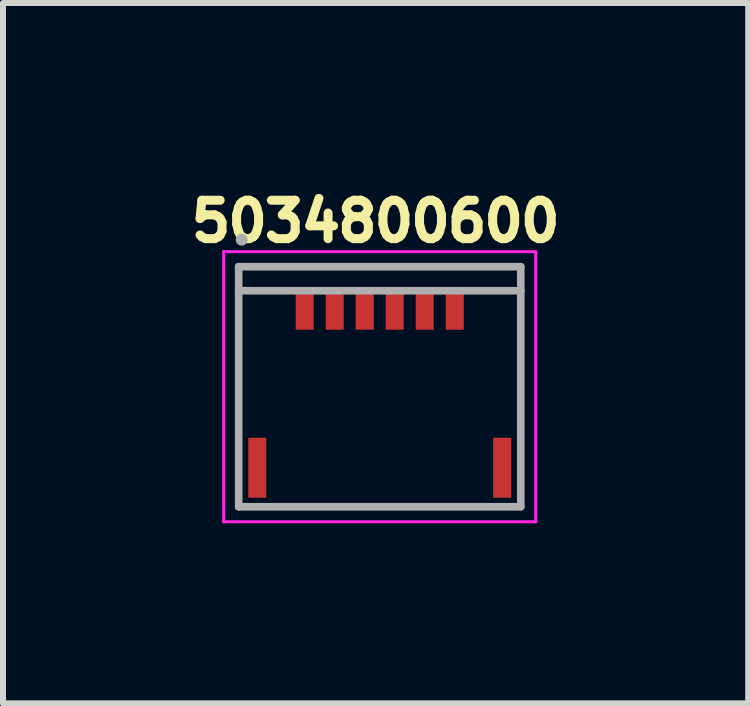
<source format=kicad_pcb>
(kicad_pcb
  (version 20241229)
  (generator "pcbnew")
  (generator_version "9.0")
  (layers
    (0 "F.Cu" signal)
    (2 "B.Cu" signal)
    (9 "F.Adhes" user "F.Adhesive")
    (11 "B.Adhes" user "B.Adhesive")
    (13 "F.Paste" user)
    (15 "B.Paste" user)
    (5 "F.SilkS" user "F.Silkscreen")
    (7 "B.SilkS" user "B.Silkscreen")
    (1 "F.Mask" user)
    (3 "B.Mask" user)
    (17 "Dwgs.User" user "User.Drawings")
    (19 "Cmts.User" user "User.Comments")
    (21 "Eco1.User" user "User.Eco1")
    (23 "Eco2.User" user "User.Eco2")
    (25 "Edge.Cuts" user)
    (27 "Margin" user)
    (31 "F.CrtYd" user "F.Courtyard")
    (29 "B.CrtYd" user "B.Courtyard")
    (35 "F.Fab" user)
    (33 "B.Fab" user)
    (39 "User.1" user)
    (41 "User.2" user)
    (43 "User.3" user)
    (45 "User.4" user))
  (footprint "5034800600"
    (layer "F.Cu")
    (at 3.277 3.494)
    (property "Reference" "5034800600" (at -0.068 -2.856 0) (layer "F.SilkS") (effects (font (size 0.64 0.64) (thickness 0.15))))
    (attr smd)
    (fp_line (start -2.6 -2.35) (end -2.6 2.15) (stroke (width 0.05) (type solid)) (layer "F.CrtYd"))
    (fp_line (start -2.6 2.15) (end 2.6 2.15) (stroke (width 0.05) (type solid)) (layer "F.CrtYd"))
    (fp_line (start 2.6 -2.35) (end -2.6 -2.35) (stroke (width 0.05) (type solid)) (layer "F.CrtYd"))
    (fp_line (start 2.6 2.15) (end 2.6 -2.35) (stroke (width 0.05) (type solid)) (layer "F.CrtYd"))
    (fp_line (start -2.35 -2.1) (end 2.35 -2.1) (stroke (width 0.127) (type solid)) (layer "F.Fab"))
    (fp_line (start -2.35 -1.7) (end -2.35 -2.1) (stroke (width 0.127) (type solid)) (layer "F.Fab"))
    (fp_line (start -2.35 -1.7) (end 2.35 -1.7) (stroke (width 0.127) (type solid)) (layer "F.Fab"))
    (fp_line (start -2.35 1.9) (end -2.35 -1.7) (stroke (width 0.127) (type solid)) (layer "F.Fab"))
    (fp_line (start 2.35 -2.1) (end 2.35 -1.7) (stroke (width 0.127) (type solid)) (layer "F.Fab"))
    (fp_line (start 2.35 -1.7) (end 2.35 1.9) (stroke (width 0.127) (type solid)) (layer "F.Fab"))
    (fp_line (start 2.35 1.9) (end -2.35 1.9) (stroke (width 0.127) (type solid)) (layer "F.Fab"))
    (fp_circle (center -2.3 -2.55) (end -2.25 -2.55) (stroke (width 0.1) (type solid)) (fill no) (layer "F.Fab"))
    (pad "1" smd rect (at -1.25 -1.4) (size 0.3 0.7) (layers "F.Cu" "F.Mask" "F.Paste"))
    (pad "2" smd rect (at -0.75 -1.4) (size 0.3 0.7) (layers "F.Cu" "F.Mask" "F.Paste"))
    (pad "3" smd rect (at -0.25 -1.4) (size 0.3 0.7) (layers "F.Cu" "F.Mask" "F.Paste"))
    (pad "4" smd rect (at 0.25 -1.4) (size 0.3 0.7) (layers "F.Cu" "F.Mask" "F.Paste"))
    (pad "5" smd rect (at 0.75 -1.4) (size 0.3 0.7) (layers "F.Cu" "F.Mask" "F.Paste"))
    (pad "6" smd rect (at 1.25 -1.4) (size 0.3 0.7) (layers "F.Cu" "F.Mask" "F.Paste"))
    (pad "SH" smd rect (at -2.04 1.25) (size 0.3 1) (layers "F.Cu" "F.Mask" "F.Paste"))
    (pad "SH" smd rect (at 2.04 1.25) (size 0.3 1) (layers "F.Cu" "F.Mask" "F.Paste")))
  (gr_rect
    (start -3 -3)
    (end 9.417 8.669)
    (stroke (width 0.1) (type default))
    (fill no)
    (layer "Edge.Cuts")))
</source>
